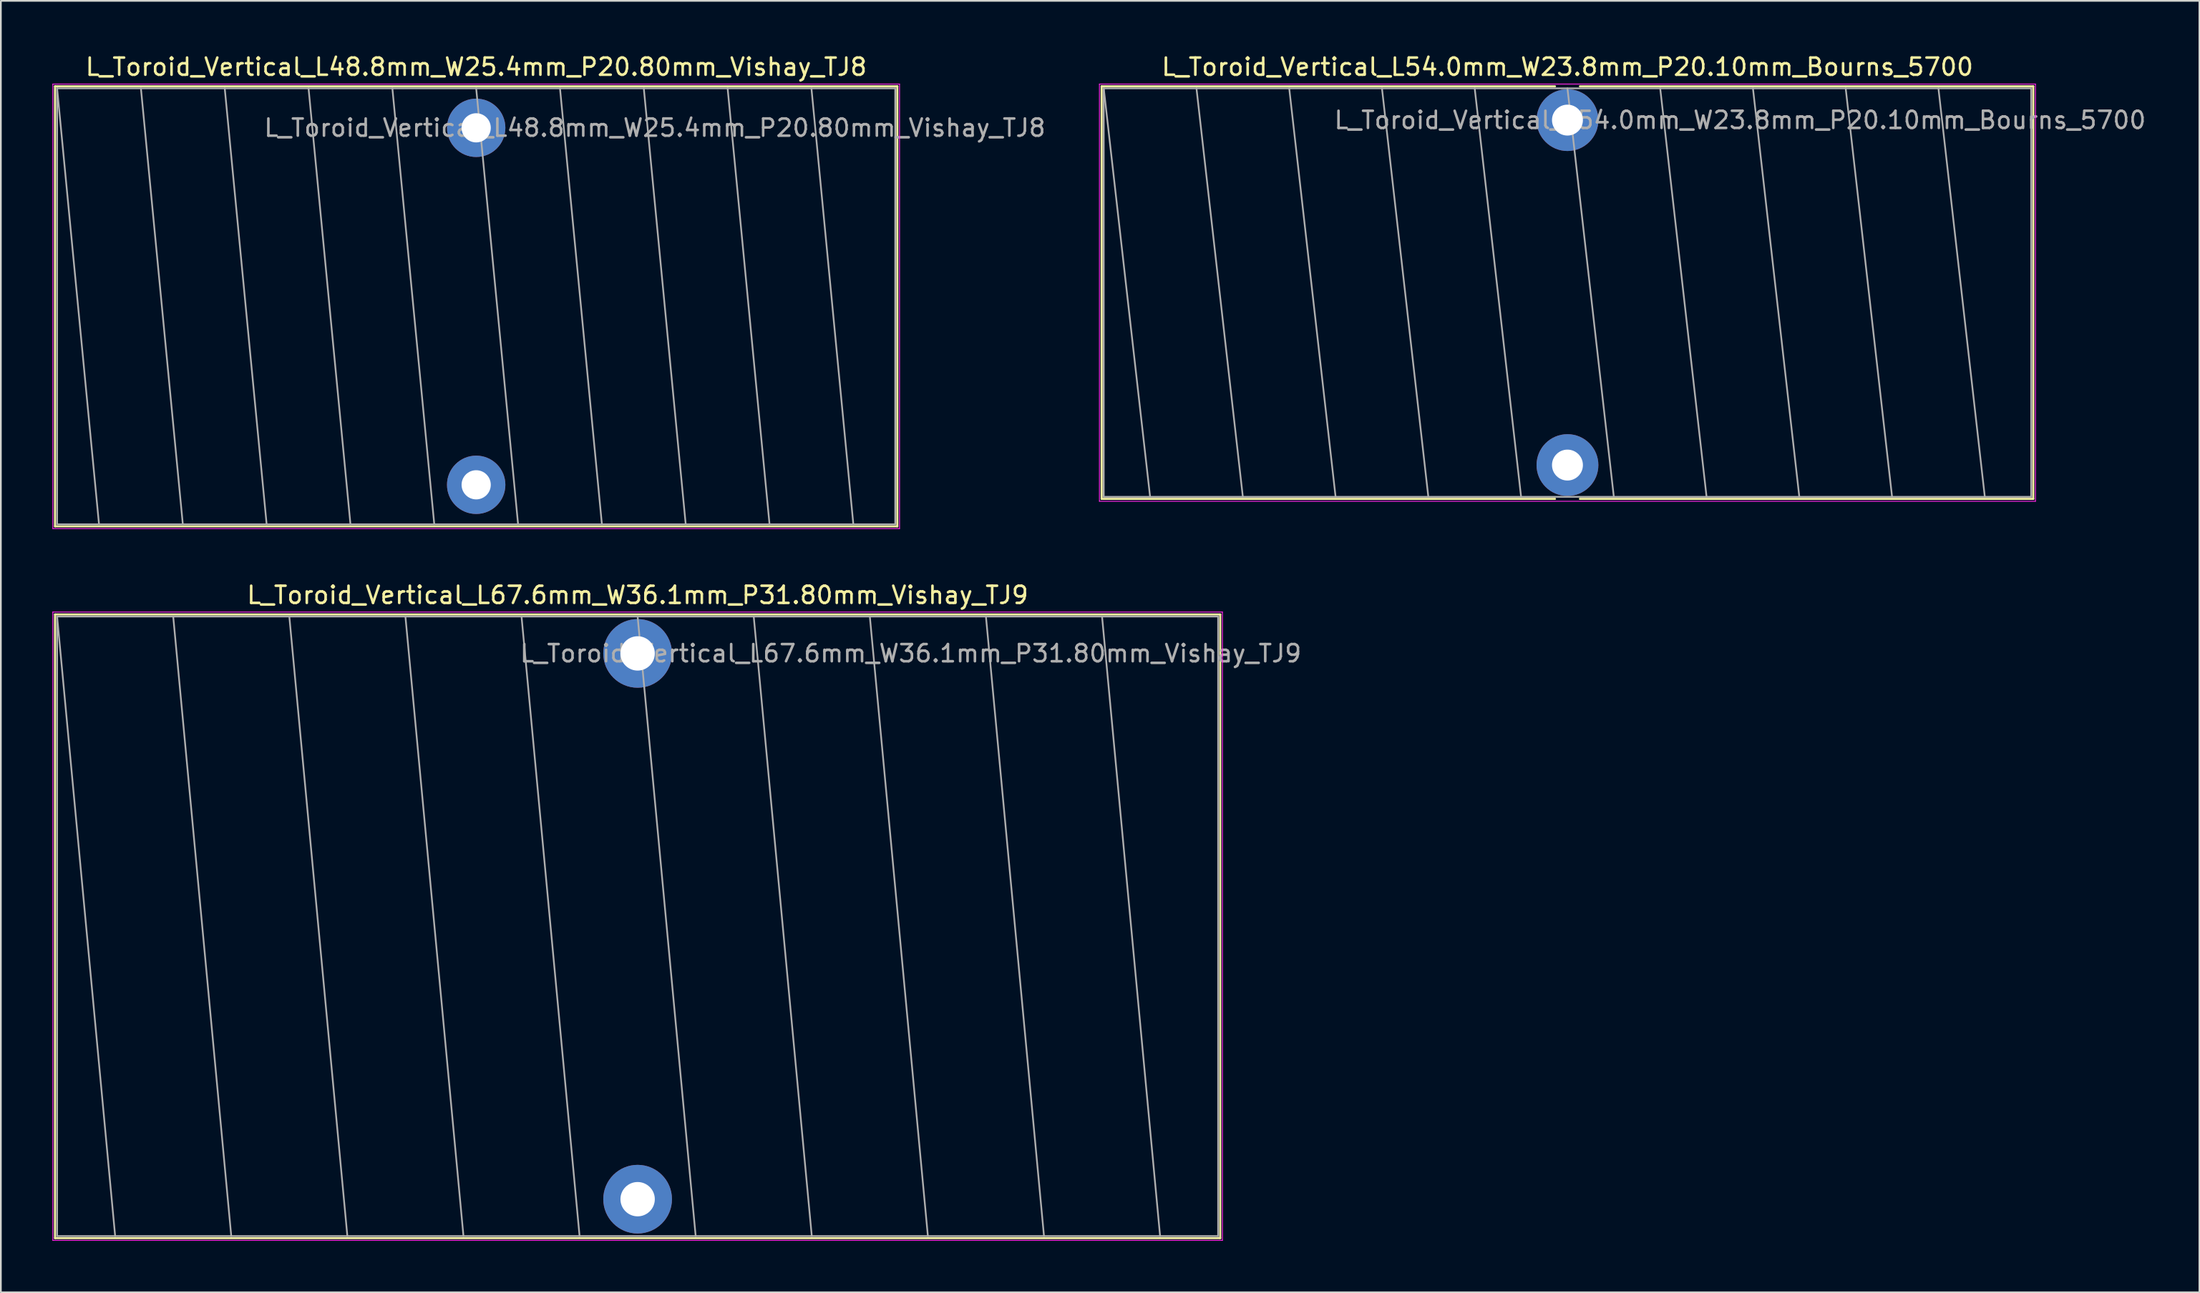
<source format=kicad_pcb>
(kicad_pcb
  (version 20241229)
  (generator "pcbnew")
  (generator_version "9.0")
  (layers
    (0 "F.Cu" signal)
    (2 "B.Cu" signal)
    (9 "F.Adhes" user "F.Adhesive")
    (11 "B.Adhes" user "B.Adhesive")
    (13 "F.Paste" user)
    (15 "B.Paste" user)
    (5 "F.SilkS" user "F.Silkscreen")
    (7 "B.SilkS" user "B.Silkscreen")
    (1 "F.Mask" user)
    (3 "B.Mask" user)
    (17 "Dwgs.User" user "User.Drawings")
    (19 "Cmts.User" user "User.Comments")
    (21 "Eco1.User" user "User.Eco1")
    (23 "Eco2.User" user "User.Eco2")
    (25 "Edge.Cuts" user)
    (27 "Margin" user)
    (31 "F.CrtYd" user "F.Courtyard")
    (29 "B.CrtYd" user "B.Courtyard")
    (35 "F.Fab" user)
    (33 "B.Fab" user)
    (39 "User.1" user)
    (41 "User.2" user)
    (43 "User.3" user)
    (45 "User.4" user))
  (footprint "L_Toroid_Vertical_L54.0mm_W23.8mm_P20.10mm_Bourns_5700"
    (layer "F.Cu")
    (at 88.213 3.948)
    (property "Reference" "L_Toroid_Vertical_L54.0mm_W23.8mm_P20.10mm_Bourns_5700" (at 0 -3.1 0) (layer "F.SilkS") (effects (font (size 1 1) (thickness 0.15))))
    (attr through_hole)
    (fp_line (start -27.12 -1.97) (end -27.12 22.07) (stroke (width 0.12) (type solid)) (layer "F.SilkS"))
    (fp_line (start -27.12 -1.97) (end -0.725 -1.97) (stroke (width 0.12) (type solid)) (layer "F.SilkS"))
    (fp_line (start -27.12 22.07) (end -0.725 22.07) (stroke (width 0.12) (type solid)) (layer "F.SilkS"))
    (fp_line (start 0.725 -1.97) (end 27.12 -1.97) (stroke (width 0.12) (type solid)) (layer "F.SilkS"))
    (fp_line (start 0.725 22.07) (end 27.12 22.07) (stroke (width 0.12) (type solid)) (layer "F.SilkS"))
    (fp_line (start 27.12 -1.97) (end 27.12 22.07) (stroke (width 0.12) (type solid)) (layer "F.SilkS"))
    (fp_line (start -27.25 -2.1) (end -27.25 22.21) (stroke (width 0.05) (type solid)) (layer "F.CrtYd"))
    (fp_line (start -27.25 22.21) (end 27.25 22.21) (stroke (width 0.05) (type solid)) (layer "F.CrtYd"))
    (fp_line (start 27.25 -2.1) (end -27.25 -2.1) (stroke (width 0.05) (type solid)) (layer "F.CrtYd"))
    (fp_line (start 27.25 22.21) (end 27.25 -2.1) (stroke (width 0.05) (type solid)) (layer "F.CrtYd"))
    (fp_line (start -27 -1.85) (end -27 21.95) (stroke (width 0.1) (type solid)) (layer "F.Fab"))
    (fp_line (start -27 -1.85) (end -24.3 21.95) (stroke (width 0.1) (type solid)) (layer "F.Fab"))
    (fp_line (start -27 21.95) (end 27 21.95) (stroke (width 0.1) (type solid)) (layer "F.Fab"))
    (fp_line (start -21.6 -1.85) (end -18.9 21.95) (stroke (width 0.1) (type solid)) (layer "F.Fab"))
    (fp_line (start -16.2 -1.85) (end -13.5 21.95) (stroke (width 0.1) (type solid)) (layer "F.Fab"))
    (fp_line (start -10.8 -1.85) (end -8.1 21.95) (stroke (width 0.1) (type solid)) (layer "F.Fab"))
    (fp_line (start -5.4 -1.85) (end -2.7 21.95) (stroke (width 0.1) (type solid)) (layer "F.Fab"))
    (fp_line (start 0 -1.85) (end 2.7 21.95) (stroke (width 0.1) (type solid)) (layer "F.Fab"))
    (fp_line (start 5.4 -1.85) (end 8.1 21.95) (stroke (width 0.1) (type solid)) (layer "F.Fab"))
    (fp_line (start 10.8 -1.85) (end 13.5 21.95) (stroke (width 0.1) (type solid)) (layer "F.Fab"))
    (fp_line (start 16.2 -1.85) (end 18.9 21.95) (stroke (width 0.1) (type solid)) (layer "F.Fab"))
    (fp_line (start 21.6 -1.85) (end 24.3 21.95) (stroke (width 0.1) (type solid)) (layer "F.Fab"))
    (fp_line (start 27 -1.85) (end -27 -1.85) (stroke (width 0.1) (type solid)) (layer "F.Fab"))
    (fp_line (start 27 21.95) (end 27 -1.85) (stroke (width 0.1) (type solid)) (layer "F.Fab"))
    (fp_text user "${REFERENCE}" (at 10.05 0 0) (layer "F.Fab") (effects (font (size 1 1) (thickness 0.15))))
    (pad "1" thru_hole circle (at 0 0) (size 3.6 3.6) (drill 1.8) (layers "*.Cu" "*.Mask"))
    (pad "2" thru_hole circle (at 0 20.1) (size 3.6 3.6) (drill 1.8) (layers "*.Cu" "*.Mask")))
  (footprint "L_Toroid_Vertical_L67.6mm_W36.1mm_P31.80mm_Vishay_TJ9"
    (layer "F.Cu")
    (at 34.075 35.022)
    (property "Reference" "L_Toroid_Vertical_L67.6mm_W36.1mm_P31.80mm_Vishay_TJ9" (at 0 -3.4 0) (layer "F.SilkS") (effects (font (size 1 1) (thickness 0.15))))
    (attr through_hole)
    (fp_line (start -33.92 -2.27) (end -33.92 34.07) (stroke (width 0.12) (type solid)) (layer "F.SilkS"))
    (fp_line (start -33.92 -2.27) (end 33.92 -2.27) (stroke (width 0.12) (type solid)) (layer "F.SilkS"))
    (fp_line (start -33.92 34.07) (end 33.92 34.07) (stroke (width 0.12) (type solid)) (layer "F.SilkS"))
    (fp_line (start 33.92 -2.27) (end 33.92 34.07) (stroke (width 0.12) (type solid)) (layer "F.SilkS"))
    (fp_line (start -34.05 -2.41) (end -34.05 34.2) (stroke (width 0.05) (type solid)) (layer "F.CrtYd"))
    (fp_line (start -34.05 34.2) (end 34.05 34.2) (stroke (width 0.05) (type solid)) (layer "F.CrtYd"))
    (fp_line (start 34.05 -2.41) (end -34.05 -2.41) (stroke (width 0.05) (type solid)) (layer "F.CrtYd"))
    (fp_line (start 34.05 34.2) (end 34.05 -2.41) (stroke (width 0.05) (type solid)) (layer "F.CrtYd"))
    (fp_line (start -33.8 -2.15) (end -33.8 33.95) (stroke (width 0.1) (type solid)) (layer "F.Fab"))
    (fp_line (start -33.8 -2.15) (end -30.42 33.95) (stroke (width 0.1) (type solid)) (layer "F.Fab"))
    (fp_line (start -33.8 33.95) (end 33.8 33.95) (stroke (width 0.1) (type solid)) (layer "F.Fab"))
    (fp_line (start -27.04 -2.15) (end -23.66 33.95) (stroke (width 0.1) (type solid)) (layer "F.Fab"))
    (fp_line (start -20.28 -2.15) (end -16.9 33.95) (stroke (width 0.1) (type solid)) (layer "F.Fab"))
    (fp_line (start -13.52 -2.15) (end -10.14 33.95) (stroke (width 0.1) (type solid)) (layer "F.Fab"))
    (fp_line (start -6.76 -2.15) (end -3.38 33.95) (stroke (width 0.1) (type solid)) (layer "F.Fab"))
    (fp_line (start 0 -2.15) (end 3.38 33.95) (stroke (width 0.1) (type solid)) (layer "F.Fab"))
    (fp_line (start 6.76 -2.15) (end 10.14 33.95) (stroke (width 0.1) (type solid)) (layer "F.Fab"))
    (fp_line (start 13.52 -2.15) (end 16.9 33.95) (stroke (width 0.1) (type solid)) (layer "F.Fab"))
    (fp_line (start 20.28 -2.15) (end 23.66 33.95) (stroke (width 0.1) (type solid)) (layer "F.Fab"))
    (fp_line (start 27.04 -2.15) (end 30.42 33.95) (stroke (width 0.1) (type solid)) (layer "F.Fab"))
    (fp_line (start 33.8 -2.15) (end -33.8 -2.15) (stroke (width 0.1) (type solid)) (layer "F.Fab"))
    (fp_line (start 33.8 33.95) (end 33.8 -2.15) (stroke (width 0.1) (type solid)) (layer "F.Fab"))
    (fp_text user "${REFERENCE}" (at 15.9 0 0) (layer "F.Fab") (effects (font (size 1 1) (thickness 0.15))))
    (pad "1" thru_hole circle (at 0 0) (size 4 4) (drill 2) (layers "*.Cu" "*.Mask"))
    (pad "2" thru_hole circle (at 0 31.8) (size 4 4) (drill 2) (layers "*.Cu" "*.Mask")))
  (footprint "L_Toroid_Vertical_L48.8mm_W25.4mm_P20.80mm_Vishay_TJ8"
    (layer "F.Cu")
    (at 24.675 4.398)
    (property "Reference" "L_Toroid_Vertical_L48.8mm_W25.4mm_P20.80mm_Vishay_TJ8" (at 0 -3.55 0) (layer "F.SilkS") (effects (font (size 1 1) (thickness 0.15))))
    (attr through_hole)
    (fp_line (start -24.52 -2.42) (end -24.52 23.22) (stroke (width 0.12) (type solid)) (layer "F.SilkS"))
    (fp_line (start -24.52 -2.42) (end 24.52 -2.42) (stroke (width 0.12) (type solid)) (layer "F.SilkS"))
    (fp_line (start -24.52 23.22) (end 24.52 23.22) (stroke (width 0.12) (type solid)) (layer "F.SilkS"))
    (fp_line (start 24.52 -2.42) (end 24.52 23.22) (stroke (width 0.12) (type solid)) (layer "F.SilkS"))
    (fp_line (start -24.65 -2.55) (end -24.65 23.35) (stroke (width 0.05) (type solid)) (layer "F.CrtYd"))
    (fp_line (start -24.65 23.35) (end 24.65 23.35) (stroke (width 0.05) (type solid)) (layer "F.CrtYd"))
    (fp_line (start 24.65 -2.55) (end -24.65 -2.55) (stroke (width 0.05) (type solid)) (layer "F.CrtYd"))
    (fp_line (start 24.65 23.35) (end 24.65 -2.55) (stroke (width 0.05) (type solid)) (layer "F.CrtYd"))
    (fp_line (start -24.4 -2.3) (end -24.4 23.1) (stroke (width 0.1) (type solid)) (layer "F.Fab"))
    (fp_line (start -24.4 -2.3) (end -21.96 23.1) (stroke (width 0.1) (type solid)) (layer "F.Fab"))
    (fp_line (start -24.4 23.1) (end 24.4 23.1) (stroke (width 0.1) (type solid)) (layer "F.Fab"))
    (fp_line (start -19.52 -2.3) (end -17.08 23.1) (stroke (width 0.1) (type solid)) (layer "F.Fab"))
    (fp_line (start -14.64 -2.3) (end -12.2 23.1) (stroke (width 0.1) (type solid)) (layer "F.Fab"))
    (fp_line (start -9.76 -2.3) (end -7.32 23.1) (stroke (width 0.1) (type solid)) (layer "F.Fab"))
    (fp_line (start -4.88 -2.3) (end -2.44 23.1) (stroke (width 0.1) (type solid)) (layer "F.Fab"))
    (fp_line (start 0 -2.3) (end 2.44 23.1) (stroke (width 0.1) (type solid)) (layer "F.Fab"))
    (fp_line (start 4.88 -2.3) (end 7.32 23.1) (stroke (width 0.1) (type solid)) (layer "F.Fab"))
    (fp_line (start 9.76 -2.3) (end 12.2 23.1) (stroke (width 0.1) (type solid)) (layer "F.Fab"))
    (fp_line (start 14.64 -2.3) (end 17.08 23.1) (stroke (width 0.1) (type solid)) (layer "F.Fab"))
    (fp_line (start 19.52 -2.3) (end 21.96 23.1) (stroke (width 0.1) (type solid)) (layer "F.Fab"))
    (fp_line (start 24.4 -2.3) (end -24.4 -2.3) (stroke (width 0.1) (type solid)) (layer "F.Fab"))
    (fp_line (start 24.4 23.1) (end 24.4 -2.3) (stroke (width 0.1) (type solid)) (layer "F.Fab"))
    (fp_text user "${REFERENCE}" (at 10.4 0 0) (layer "F.Fab") (effects (font (size 1 1) (thickness 0.15))))
    (pad "1" thru_hole circle (at 0 0) (size 3.4 3.4) (drill 1.7) (layers "*.Cu" "*.Mask"))
    (pad "2" thru_hole circle (at 0 20.8) (size 3.4 3.4) (drill 1.7) (layers "*.Cu" "*.Mask")))
  (gr_rect
    (start -3 -3)
    (end 125.007 72.246)
    (stroke (width 0.1) (type default))
    (fill no)
    (layer "Edge.Cuts")))
</source>
